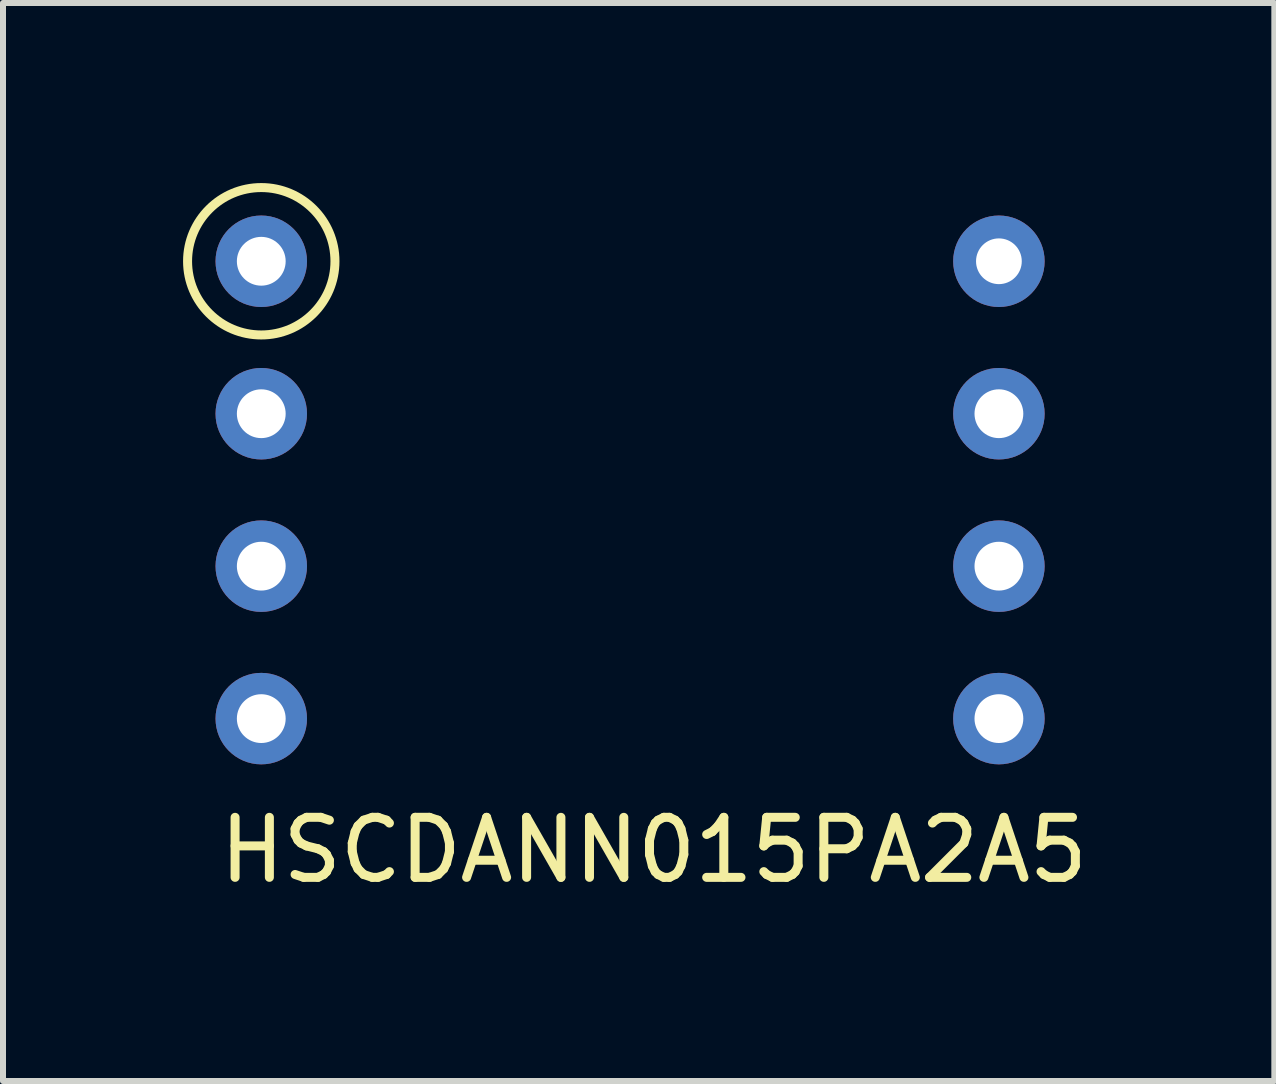
<source format=kicad_pcb>
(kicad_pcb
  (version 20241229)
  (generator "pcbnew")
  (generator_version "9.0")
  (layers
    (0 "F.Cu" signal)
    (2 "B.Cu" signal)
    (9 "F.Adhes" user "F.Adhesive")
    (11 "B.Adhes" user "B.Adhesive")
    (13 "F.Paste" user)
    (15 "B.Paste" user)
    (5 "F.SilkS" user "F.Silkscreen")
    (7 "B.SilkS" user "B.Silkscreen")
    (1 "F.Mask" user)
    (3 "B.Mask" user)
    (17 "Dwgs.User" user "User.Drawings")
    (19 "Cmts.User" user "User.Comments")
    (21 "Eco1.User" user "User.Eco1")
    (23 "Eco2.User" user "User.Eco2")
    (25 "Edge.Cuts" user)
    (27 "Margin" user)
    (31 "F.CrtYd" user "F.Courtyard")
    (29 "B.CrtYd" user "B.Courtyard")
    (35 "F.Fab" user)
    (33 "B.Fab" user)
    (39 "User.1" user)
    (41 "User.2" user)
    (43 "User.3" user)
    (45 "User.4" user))
  (footprint "HSCDANN015PA2A5"
    (layer "F.Cu")
    (at 7.843 5.113)
    (property "Reference" "HSCDANN015PA2A5" (at 0 6 0) (layer "F.SilkS") (effects (font (size 1 1) (thickness 0.15))))
    (attr through_hole)
    (fp_circle (center -6.54 -3.81) (end -5.75 -4.75) (stroke (width 0.15) (type solid)) (fill no) (layer "F.SilkS"))
    (pad "1" thru_hole circle (at -6.54 -3.81) (size 1.524 1.524) (drill 0.813) (layers "*.Cu" "*.Mask"))
    (pad "2" thru_hole circle (at -6.54 -1.27) (size 1.524 1.524) (drill 0.813) (layers "*.Cu" "*.Mask"))
    (pad "3" thru_hole circle (at -6.54 1.27) (size 1.524 1.524) (drill 0.813) (layers "*.Cu" "*.Mask"))
    (pad "4" thru_hole circle (at -6.54 3.81) (size 1.524 1.524) (drill 0.813) (layers "*.Cu" "*.Mask"))
    (pad "5" thru_hole circle (at 5.75 3.81) (size 1.524 1.524) (drill 0.813) (layers "*.Cu" "*.Mask"))
    (pad "6" thru_hole circle (at 5.75 1.27) (size 1.524 1.524) (drill 0.813) (layers "*.Cu" "*.Mask"))
    (pad "7" thru_hole circle (at 5.75 -1.27) (size 1.524 1.524) (drill 0.813) (layers "*.Cu" "*.Mask"))
    (pad "8" thru_hole circle (at 5.75 -3.81) (size 1.524 1.524) (drill 0.762) (layers "*.Cu" "*.Mask")))
  (gr_rect
    (start -3 -3)
    (end 18.182 14.961)
    (stroke (width 0.1) (type default))
    (fill no)
    (layer "Edge.Cuts")))
</source>
